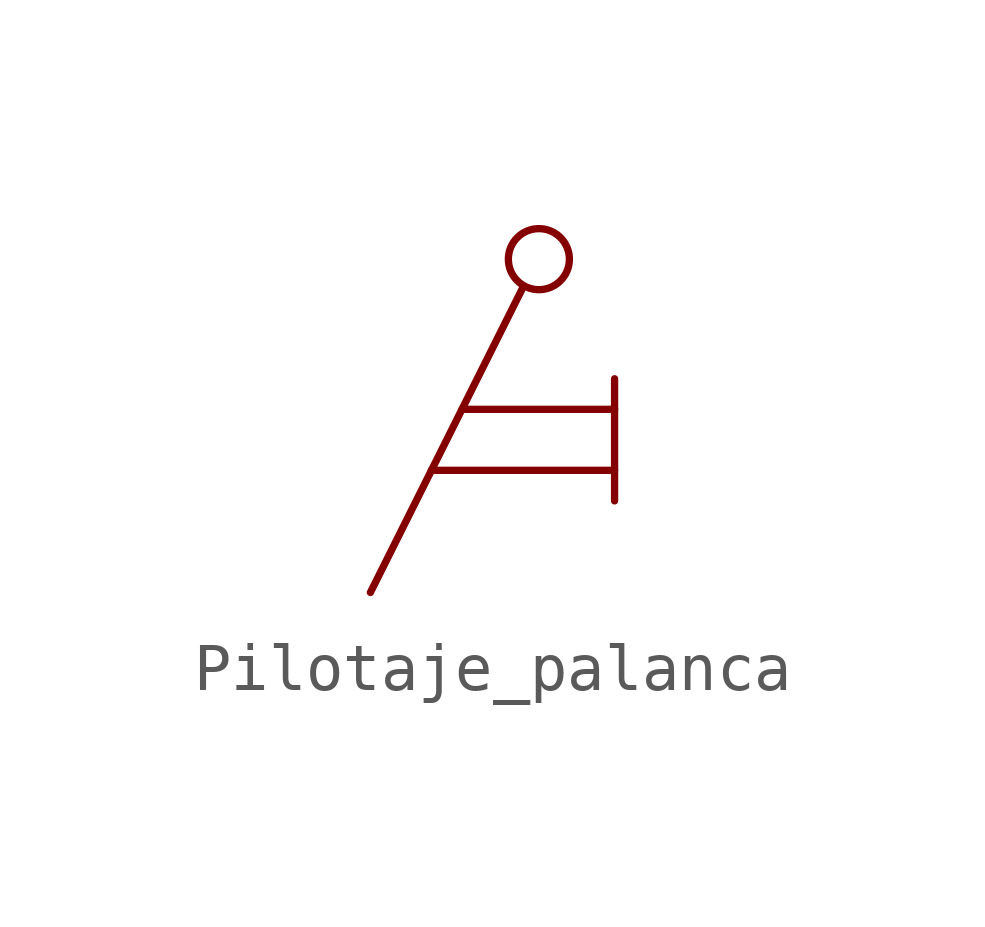
<source format=kicad_sym>
(kicad_symbol_lib
  (version 20211014)
  (generator kicad_symbol_editor)
  (symbol "Pilotaje_palanca"
    (pin_names
      (offset 1.016))
    (property "Reference" "U"
      (at 0 0 0)
      (effects (font (size 1.27 1.27)) hide))
    (symbol "Pilotaje_palanca_0_1"
      (polyline (pts (xy -1.27 -0.635) (xy -2.54 -3.175)) (stroke (width 0) (type default) (color 0 0 0 0)) (fill (type none)))
      (polyline (pts (xy -1.27 -0.635) (xy 0.635 3.175)) (stroke (width 0) (type default) (color 0 0 0 0)) (fill (type none)))
      (polyline (pts (xy -1.27 -0.635) (xy 2.54 -0.635)) (stroke (width 0) (type default) (color 0 0 0 0)) (fill (type none)))
      (polyline (pts (xy 2.54 0.635) (xy -0.635 0.635)) (stroke (width 0) (type default) (color 0 0 0 0)) (fill (type none)))
      (polyline (pts (xy 2.54 1.27) (xy 2.54 -1.27)) (stroke (width 0) (type default) (color 0 0 0 0)) (fill (type none)))
      (circle (center 0.965 3.759) (radius 0.635) (stroke (width 0) (type default) (color 0 0 0 0)) (fill (type none))))))
</source>
